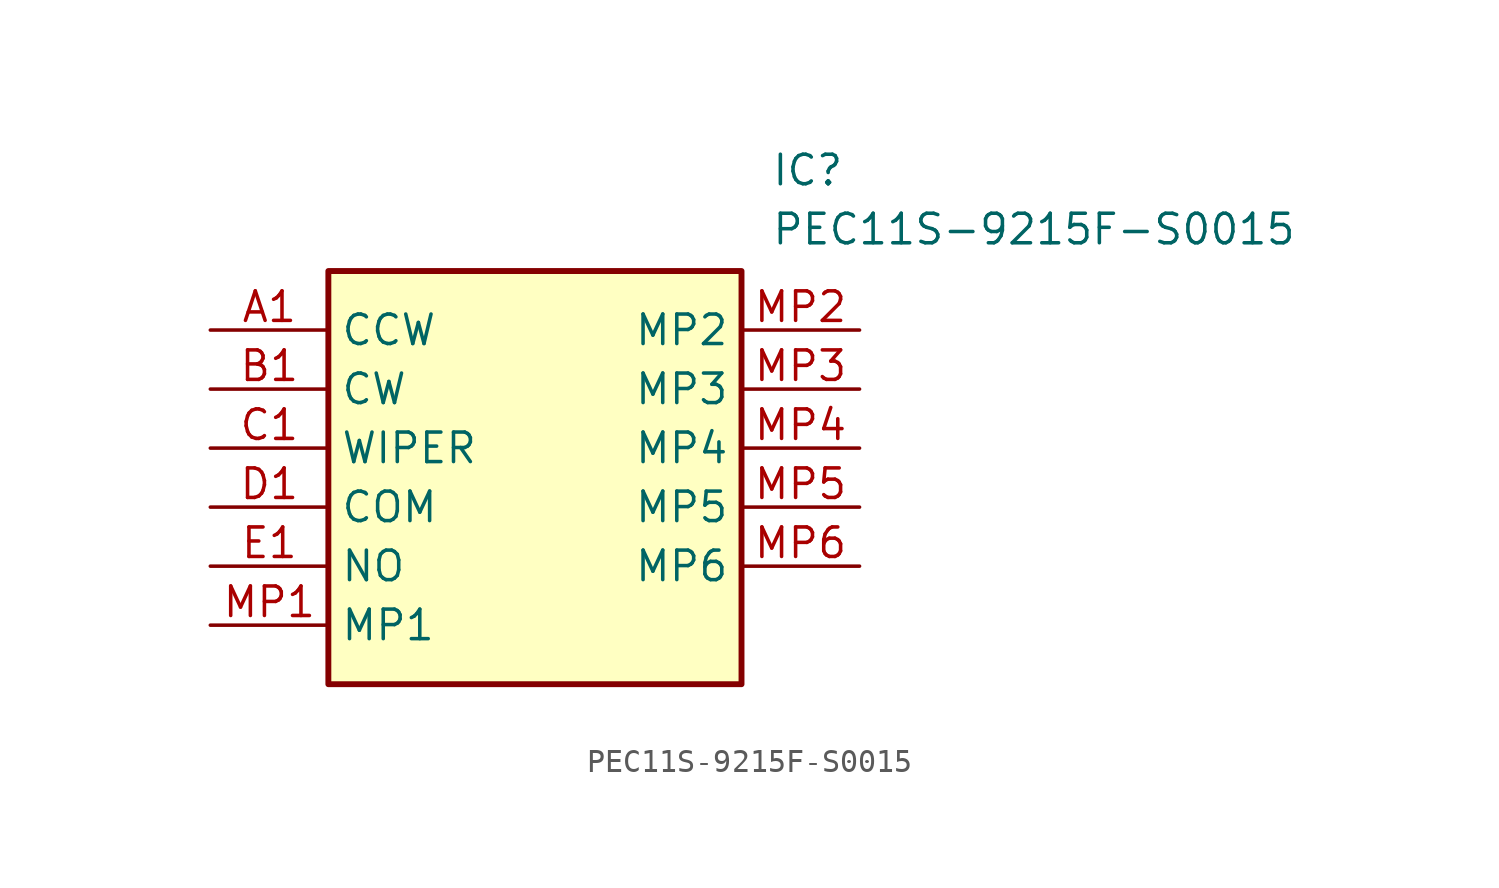
<source format=kicad_sym>
(kicad_symbol_lib
  (version 20211014)
  (generator SamacSys_ECAD_Model)
  (symbol "PEC11S-9215F-S0015"
    (property "Reference" "IC"
      (at 24.13 7.62 0)
      (effects (font (size 1.27 1.27)) (justify left top)))
    (property "Value" "PEC11S-9215F-S0015"
      (at 24.13 5.08 0)
      (effects (font (size 1.27 1.27)) (justify left top)))
    (rectangle
      (start 5.08 2.54)
      (end 22.86 -15.24)
      (stroke (width 0.254) (type default))
      (fill (type background)))
    (pin passive line
      (at 0 0 0)
      (length 5.08)
      (name "CCW" (effects (font (size 1.27 1.27))))
      (number "A1" (effects (font (size 1.27 1.27)))))
    (pin passive line
      (at 0 -2.54 0)
      (length 5.08)
      (name "CW" (effects (font (size 1.27 1.27))))
      (number "B1" (effects (font (size 1.27 1.27)))))
    (pin passive line
      (at 0 -5.08 0)
      (length 5.08)
      (name "WIPER" (effects (font (size 1.27 1.27))))
      (number "C1" (effects (font (size 1.27 1.27)))))
    (pin passive line
      (at 0 -7.62 0)
      (length 5.08)
      (name "COM" (effects (font (size 1.27 1.27))))
      (number "D1" (effects (font (size 1.27 1.27)))))
    (pin passive line
      (at 0 -10.16 0)
      (length 5.08)
      (name "NO" (effects (font (size 1.27 1.27))))
      (number "E1" (effects (font (size 1.27 1.27)))))
    (pin passive line
      (at 0 -12.7 0)
      (length 5.08)
      (name "MP1" (effects (font (size 1.27 1.27))))
      (number "MP1" (effects (font (size 1.27 1.27)))))
    (pin passive line
      (at 27.94 0 180)
      (length 5.08)
      (name "MP2" (effects (font (size 1.27 1.27))))
      (number "MP2" (effects (font (size 1.27 1.27)))))
    (pin passive line
      (at 27.94 -2.54 180)
      (length 5.08)
      (name "MP3" (effects (font (size 1.27 1.27))))
      (number "MP3" (effects (font (size 1.27 1.27)))))
    (pin passive line
      (at 27.94 -5.08 180)
      (length 5.08)
      (name "MP4" (effects (font (size 1.27 1.27))))
      (number "MP4" (effects (font (size 1.27 1.27)))))
    (pin passive line
      (at 27.94 -7.62 180)
      (length 5.08)
      (name "MP5" (effects (font (size 1.27 1.27))))
      (number "MP5" (effects (font (size 1.27 1.27)))))
    (pin passive line
      (at 27.94 -10.16 180)
      (length 5.08)
      (name "MP6" (effects (font (size 1.27 1.27))))
      (number "MP6" (effects (font (size 1.27 1.27)))))))
</source>
